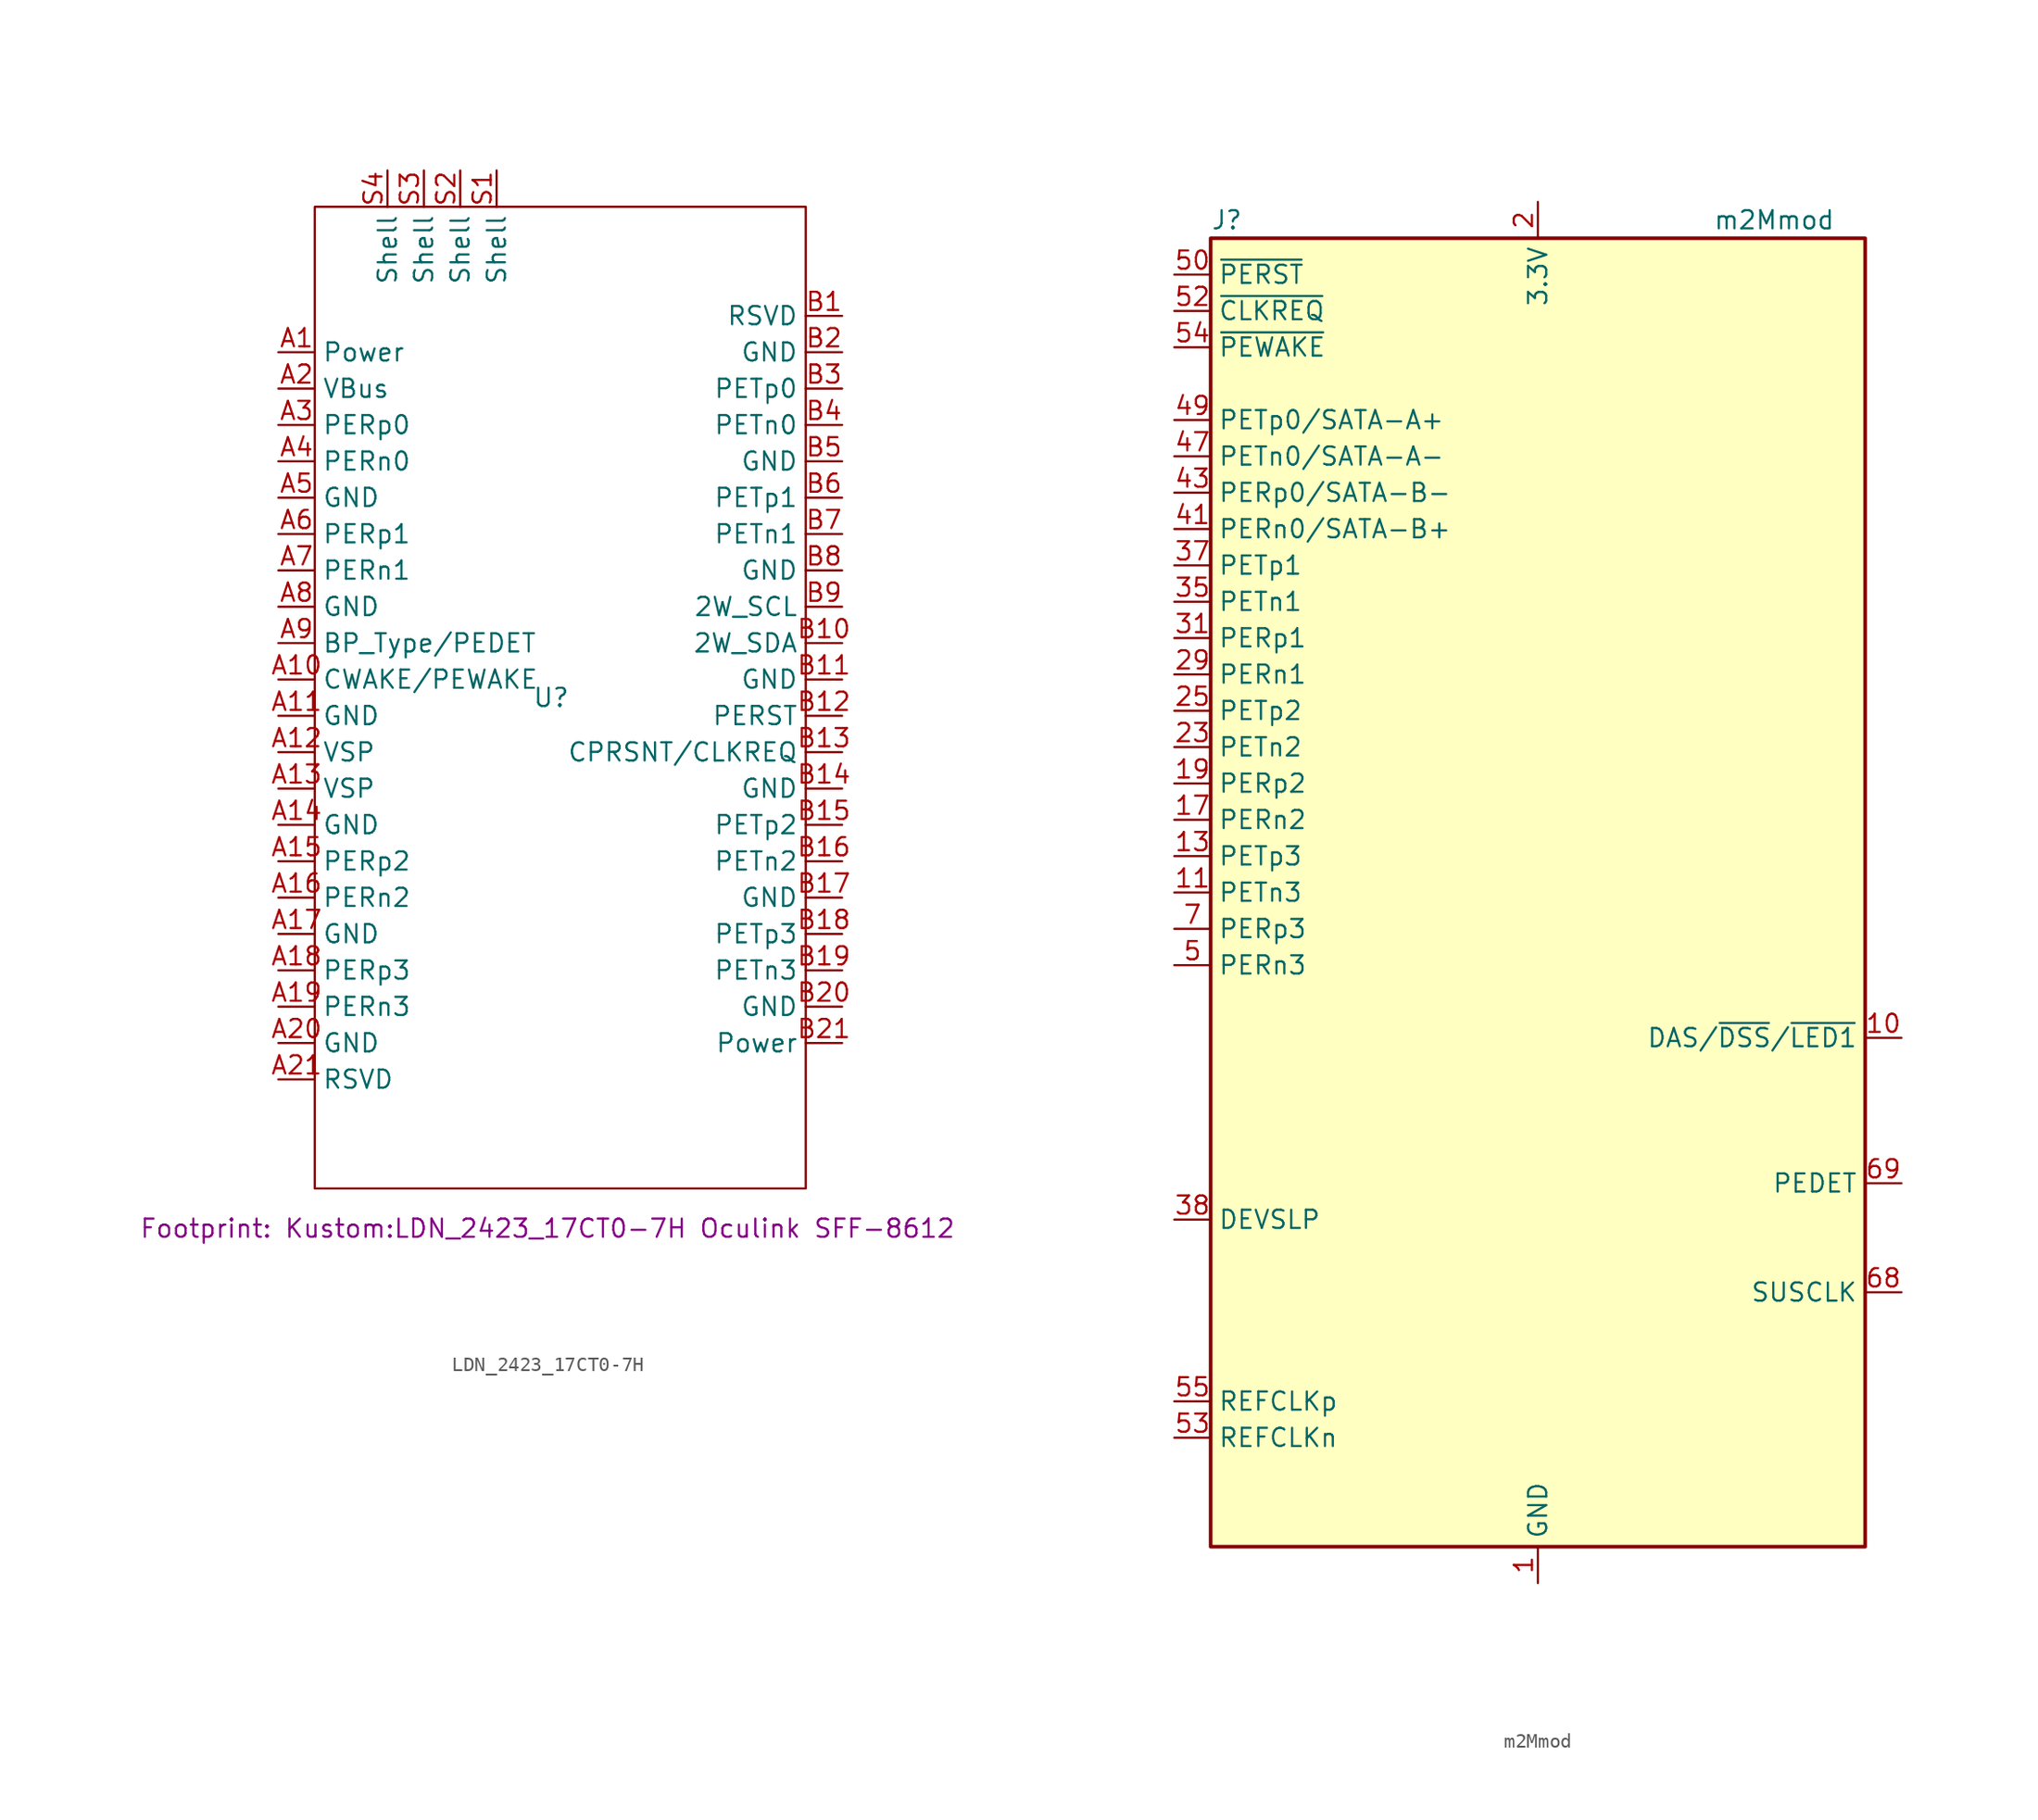
<source format=kicad_sym>
(kicad_symbol_lib
  (version 20241209)
  (generator "kicad_symbol_editor")
  (generator_version "9.0")
  (symbol "LDN_2423_17CT0-7H"
    (property "Reference" "U"
      (at 0 0 0)
      (effects (font (size 1.27 1.27))))
    (property "Value" ""
      (at -7.62 0 0)
      (effects (font (size 1.27 1.27))))
    (property "Footprint" "Kustom:LDN_2423_17CT0-7H Oculink SFF-8612"
      (at -0.254 -37.084 0)
      (show_name)
      (effects (font (size 1.27 1.27))))
    (symbol "LDN_2423_17CT0-7H_0_1"
      (rectangle (start -16.51 34.29) (end 17.78 -34.29) (stroke (width 0) (type default)) (fill (type none))))
    (symbol "LDN_2423_17CT0-7H_1_1"
      (pin passive line (at -19.05 24.13 0) (length 2.54) (name "Power" (effects (font (size 1.27 1.27)))) (number "A1" (effects (font (size 1.27 1.27)))))
      (pin passive line (at -19.05 21.59 0) (length 2.54) (name "VBus" (effects (font (size 1.27 1.27)))) (number "A2" (effects (font (size 1.27 1.27)))))
      (pin passive line (at -19.05 19.05 0) (length 2.54) (name "PERp0" (effects (font (size 1.27 1.27)))) (number "A3" (effects (font (size 1.27 1.27)))))
      (pin passive line (at -19.05 16.51 0) (length 2.54) (name "PERn0" (effects (font (size 1.27 1.27)))) (number "A4" (effects (font (size 1.27 1.27)))))
      (pin passive line (at -19.05 13.97 0) (length 2.54) (name "GND" (effects (font (size 1.27 1.27)))) (number "A5" (effects (font (size 1.27 1.27)))))
      (pin passive line (at -19.05 11.43 0) (length 2.54) (name "PERp1" (effects (font (size 1.27 1.27)))) (number "A6" (effects (font (size 1.27 1.27)))))
      (pin passive line (at -19.05 8.89 0) (length 2.54) (name "PERn1" (effects (font (size 1.27 1.27)))) (number "A7" (effects (font (size 1.27 1.27)))))
      (pin passive line (at -19.05 6.35 0) (length 2.54) (name "GND" (effects (font (size 1.27 1.27)))) (number "A8" (effects (font (size 1.27 1.27)))))
      (pin passive line (at -19.05 3.81 0) (length 2.54) (name "BP_Type/PEDET" (effects (font (size 1.27 1.27)))) (number "A9" (effects (font (size 1.27 1.27)))))
      (pin passive line (at -19.05 1.27 0) (length 2.54) (name "CWAKE/PEWAKE" (effects (font (size 1.27 1.27)))) (number "A10" (effects (font (size 1.27 1.27)))))
      (pin passive line (at -19.05 -1.27 0) (length 2.54) (name "GND" (effects (font (size 1.27 1.27)))) (number "A11" (effects (font (size 1.27 1.27)))))
      (pin passive line (at -19.05 -3.81 0) (length 2.54) (name "VSP" (effects (font (size 1.27 1.27)))) (number "A12" (effects (font (size 1.27 1.27)))))
      (pin passive line (at -19.05 -6.35 0) (length 2.54) (name "VSP" (effects (font (size 1.27 1.27)))) (number "A13" (effects (font (size 1.27 1.27)))))
      (pin passive line (at -19.05 -8.89 0) (length 2.54) (name "GND" (effects (font (size 1.27 1.27)))) (number "A14" (effects (font (size 1.27 1.27)))))
      (pin passive line (at -19.05 -11.43 0) (length 2.54) (name "PERp2" (effects (font (size 1.27 1.27)))) (number "A15" (effects (font (size 1.27 1.27)))))
      (pin passive line (at -19.05 -13.97 0) (length 2.54) (name "PERn2" (effects (font (size 1.27 1.27)))) (number "A16" (effects (font (size 1.27 1.27)))))
      (pin passive line (at -19.05 -16.51 0) (length 2.54) (name "GND" (effects (font (size 1.27 1.27)))) (number "A17" (effects (font (size 1.27 1.27)))))
      (pin passive line (at -19.05 -19.05 0) (length 2.54) (name "PERp3" (effects (font (size 1.27 1.27)))) (number "A18" (effects (font (size 1.27 1.27)))))
      (pin passive line (at -19.05 -21.59 0) (length 2.54) (name "PERn3" (effects (font (size 1.27 1.27)))) (number "A19" (effects (font (size 1.27 1.27)))))
      (pin passive line (at -19.05 -24.13 0) (length 2.54) (name "GND" (effects (font (size 1.27 1.27)))) (number "A20" (effects (font (size 1.27 1.27)))))
      (pin passive line (at -19.05 -26.67 0) (length 2.54) (name "RSVD" (effects (font (size 1.27 1.27)))) (number "A21" (effects (font (size 1.27 1.27)))))
      (pin input line (at -11.43 36.83 270) (length 2.54) (name "Shell" (effects (font (size 1.27 1.27)))) (number "S4" (effects (font (size 1.27 1.27)))))
      (pin input line (at -8.89 36.83 270) (length 2.54) (name "Shell" (effects (font (size 1.27 1.27)))) (number "S3" (effects (font (size 1.27 1.27)))))
      (pin input line (at -6.35 36.83 270) (length 2.54) (name "Shell" (effects (font (size 1.27 1.27)))) (number "S2" (effects (font (size 1.27 1.27)))))
      (pin input line (at -3.81 36.83 270) (length 2.54) (name "Shell" (effects (font (size 1.27 1.27)))) (number "S1" (effects (font (size 1.27 1.27)))))
      (pin passive line (at 20.32 26.67 180) (length 2.54) (name "RSVD" (effects (font (size 1.27 1.27)))) (number "B1" (effects (font (size 1.27 1.27)))))
      (pin passive line (at 20.32 24.13 180) (length 2.54) (name "GND" (effects (font (size 1.27 1.27)))) (number "B2" (effects (font (size 1.27 1.27)))))
      (pin passive line (at 20.32 21.59 180) (length 2.54) (name "PETp0" (effects (font (size 1.27 1.27)))) (number "B3" (effects (font (size 1.27 1.27)))))
      (pin passive line (at 20.32 19.05 180) (length 2.54) (name "PETn0" (effects (font (size 1.27 1.27)))) (number "B4" (effects (font (size 1.27 1.27)))))
      (pin passive line (at 20.32 16.51 180) (length 2.54) (name "GND" (effects (font (size 1.27 1.27)))) (number "B5" (effects (font (size 1.27 1.27)))))
      (pin passive line (at 20.32 13.97 180) (length 2.54) (name "PETp1" (effects (font (size 1.27 1.27)))) (number "B6" (effects (font (size 1.27 1.27)))))
      (pin passive line (at 20.32 11.43 180) (length 2.54) (name "PETn1" (effects (font (size 1.27 1.27)))) (number "B7" (effects (font (size 1.27 1.27)))))
      (pin passive line (at 20.32 8.89 180) (length 2.54) (name "GND" (effects (font (size 1.27 1.27)))) (number "B8" (effects (font (size 1.27 1.27)))))
      (pin passive line (at 20.32 6.35 180) (length 2.54) (name "2W_SCL" (effects (font (size 1.27 1.27)))) (number "B9" (effects (font (size 1.27 1.27)))))
      (pin passive line (at 20.32 3.81 180) (length 2.54) (name "2W_SDA" (effects (font (size 1.27 1.27)))) (number "B10" (effects (font (size 1.27 1.27)))))
      (pin passive line (at 20.32 1.27 180) (length 2.54) (name "GND" (effects (font (size 1.27 1.27)))) (number "B11" (effects (font (size 1.27 1.27)))))
      (pin passive line (at 20.32 -1.27 180) (length 2.54) (name "PERST" (effects (font (size 1.27 1.27)))) (number "B12" (effects (font (size 1.27 1.27)))))
      (pin passive line (at 20.32 -3.81 180) (length 2.54) (name "CPRSNT/CLKREQ" (effects (font (size 1.27 1.27)))) (number "B13" (effects (font (size 1.27 1.27)))))
      (pin passive line (at 20.32 -6.35 180) (length 2.54) (name "GND" (effects (font (size 1.27 1.27)))) (number "B14" (effects (font (size 1.27 1.27)))))
      (pin passive line (at 20.32 -8.89 180) (length 2.54) (name "PETp2" (effects (font (size 1.27 1.27)))) (number "B15" (effects (font (size 1.27 1.27)))))
      (pin passive line (at 20.32 -11.43 180) (length 2.54) (name "PETn2" (effects (font (size 1.27 1.27)))) (number "B16" (effects (font (size 1.27 1.27)))))
      (pin passive line (at 20.32 -13.97 180) (length 2.54) (name "GND" (effects (font (size 1.27 1.27)))) (number "B17" (effects (font (size 1.27 1.27)))))
      (pin passive line (at 20.32 -16.51 180) (length 2.54) (name "PETp3" (effects (font (size 1.27 1.27)))) (number "B18" (effects (font (size 1.27 1.27)))))
      (pin passive line (at 20.32 -19.05 180) (length 2.54) (name "PETn3" (effects (font (size 1.27 1.27)))) (number "B19" (effects (font (size 1.27 1.27)))))
      (pin passive line (at 20.32 -21.59 180) (length 2.54) (name "GND" (effects (font (size 1.27 1.27)))) (number "B20" (effects (font (size 1.27 1.27)))))
      (pin passive line (at 20.32 -24.13 180) (length 2.54) (name "Power" (effects (font (size 1.27 1.27)))) (number "B21" (effects (font (size 1.27 1.27)))))))
  (symbol "m2Mmod"
    (property "Reference" "J"
      (at -22.86 46.99 0)
      (effects (font (size 1.27 1.27)) (justify left)))
    (property "Value" "m2Mmod"
      (at 16.51 46.99 0)
      (effects (font (size 1.27 1.27))))
    (symbol "m2Mmod_0_1"
      (rectangle (start -22.86 45.72) (end 22.86 -45.72) (stroke (width 0.254) (type default)) (fill (type background))))
    (symbol "m2Mmod_1_1"
      (pin output line (at -25.4 43.18 0) (length 2.54) (name "~{PERST}" (effects (font (size 1.27 1.27)))) (number "50" (effects (font (size 1.27 1.27)))))
      (pin bidirectional line (at -25.4 40.64 0) (length 2.54) (name "~{CLKREQ}" (effects (font (size 1.27 1.27)))) (number "52" (effects (font (size 1.27 1.27)))))
      (pin bidirectional line (at -25.4 38.1 0) (length 2.54) (name "~{PEWAKE}" (effects (font (size 1.27 1.27)))) (number "54" (effects (font (size 1.27 1.27)))))
      (pin output line (at -25.4 33.02 0) (length 2.54) (name "PETp0/SATA-A+" (effects (font (size 1.27 1.27)))) (number "49" (effects (font (size 1.27 1.27)))))
      (pin output line (at -25.4 30.48 0) (length 2.54) (name "PETn0/SATA-A-" (effects (font (size 1.27 1.27)))) (number "47" (effects (font (size 1.27 1.27)))))
      (pin input line (at -25.4 27.94 0) (length 2.54) (name "PERp0/SATA-B-" (effects (font (size 1.27 1.27)))) (number "43" (effects (font (size 1.27 1.27)))))
      (pin input line (at -25.4 25.4 0) (length 2.54) (name "PERn0/SATA-B+" (effects (font (size 1.27 1.27)))) (number "41" (effects (font (size 1.27 1.27)))))
      (pin output line (at -25.4 22.86 0) (length 2.54) (name "PETp1" (effects (font (size 1.27 1.27)))) (number "37" (effects (font (size 1.27 1.27)))))
      (pin output line (at -25.4 20.32 0) (length 2.54) (name "PETn1" (effects (font (size 1.27 1.27)))) (number "35" (effects (font (size 1.27 1.27)))))
      (pin input line (at -25.4 17.78 0) (length 2.54) (name "PERp1" (effects (font (size 1.27 1.27)))) (number "31" (effects (font (size 1.27 1.27)))))
      (pin input line (at -25.4 15.24 0) (length 2.54) (name "PERn1" (effects (font (size 1.27 1.27)))) (number "29" (effects (font (size 1.27 1.27)))))
      (pin output line (at -25.4 12.7 0) (length 2.54) (name "PETp2" (effects (font (size 1.27 1.27)))) (number "25" (effects (font (size 1.27 1.27)))))
      (pin output line (at -25.4 10.16 0) (length 2.54) (name "PETn2" (effects (font (size 1.27 1.27)))) (number "23" (effects (font (size 1.27 1.27)))))
      (pin input line (at -25.4 7.62 0) (length 2.54) (name "PERp2" (effects (font (size 1.27 1.27)))) (number "19" (effects (font (size 1.27 1.27)))))
      (pin input line (at -25.4 5.08 0) (length 2.54) (name "PERn2" (effects (font (size 1.27 1.27)))) (number "17" (effects (font (size 1.27 1.27)))))
      (pin output line (at -25.4 2.54 0) (length 2.54) (name "PETp3" (effects (font (size 1.27 1.27)))) (number "13" (effects (font (size 1.27 1.27)))))
      (pin output line (at -25.4 0 0) (length 2.54) (name "PETn3" (effects (font (size 1.27 1.27)))) (number "11" (effects (font (size 1.27 1.27)))))
      (pin input line (at -25.4 -2.54 0) (length 2.54) (name "PERp3" (effects (font (size 1.27 1.27)))) (number "7" (effects (font (size 1.27 1.27)))))
      (pin input line (at -25.4 -5.08 0) (length 2.54) (name "PERn3" (effects (font (size 1.27 1.27)))) (number "5" (effects (font (size 1.27 1.27)))))
      (pin output line (at -25.4 -22.86 0) (length 2.54) (name "DEVSLP" (effects (font (size 1.27 1.27)))) (number "38" (effects (font (size 1.27 1.27)))))
      (pin output line (at -25.4 -35.56 0) (length 2.54) (name "REFCLKp" (effects (font (size 1.27 1.27)))) (number "55" (effects (font (size 1.27 1.27)))))
      (pin output line (at -25.4 -38.1 0) (length 2.54) (name "REFCLKn" (effects (font (size 1.27 1.27)))) (number "53" (effects (font (size 1.27 1.27)))))
      (pin passive line (at 0 48.26 270) (length 2.54) (hide yes) (name "3.3V" (effects (font (size 1.27 1.27)))) (number "12" (effects (font (size 1.27 1.27)))))
      (pin passive line (at 0 48.26 270) (length 2.54) (hide yes) (name "3.3V" (effects (font (size 1.27 1.27)))) (number "14" (effects (font (size 1.27 1.27)))))
      (pin passive line (at 0 48.26 270) (length 2.54) (hide yes) (name "3.3V" (effects (font (size 1.27 1.27)))) (number "16" (effects (font (size 1.27 1.27)))))
      (pin passive line (at 0 48.26 270) (length 2.54) (hide yes) (name "3.3V" (effects (font (size 1.27 1.27)))) (number "18" (effects (font (size 1.27 1.27)))))
      (pin power_in line (at 0 48.26 270) (length 2.54) (name "3.3V" (effects (font (size 1.27 1.27)))) (number "2" (effects (font (size 1.27 1.27)))))
      (pin passive line (at 0 48.26 270) (length 2.54) (hide yes) (name "3.3V" (effects (font (size 1.27 1.27)))) (number "4" (effects (font (size 1.27 1.27)))))
      (pin passive line (at 0 48.26 270) (length 2.54) (hide yes) (name "3.3V" (effects (font (size 1.27 1.27)))) (number "70" (effects (font (size 1.27 1.27)))))
      (pin passive line (at 0 48.26 270) (length 2.54) (hide yes) (name "3.3V" (effects (font (size 1.27 1.27)))) (number "72" (effects (font (size 1.27 1.27)))))
      (pin passive line (at 0 48.26 270) (length 2.54) (hide yes) (name "3.3V" (effects (font (size 1.27 1.27)))) (number "74" (effects (font (size 1.27 1.27)))))
      (pin power_in line (at 0 -48.26 90) (length 2.54) (name "GND" (effects (font (size 1.27 1.27)))) (number "1" (effects (font (size 1.27 1.27)))))
      (pin passive line (at 0 -48.26 90) (length 2.54) (hide yes) (name "GND" (effects (font (size 1.27 1.27)))) (number "15" (effects (font (size 1.27 1.27)))))
      (pin passive line (at 0 -48.26 90) (length 2.54) (hide yes) (name "GND" (effects (font (size 1.27 1.27)))) (number "21" (effects (font (size 1.27 1.27)))))
      (pin passive line (at 0 -48.26 90) (length 2.54) (hide yes) (name "GND" (effects (font (size 1.27 1.27)))) (number "27" (effects (font (size 1.27 1.27)))))
      (pin passive line (at 0 -48.26 90) (length 2.54) (hide yes) (name "GND" (effects (font (size 1.27 1.27)))) (number "3" (effects (font (size 1.27 1.27)))))
      (pin passive line (at 0 -48.26 90) (length 2.54) (hide yes) (name "GND" (effects (font (size 1.27 1.27)))) (number "33" (effects (font (size 1.27 1.27)))))
      (pin passive line (at 0 -48.26 90) (length 2.54) (hide yes) (name "GND" (effects (font (size 1.27 1.27)))) (number "39" (effects (font (size 1.27 1.27)))))
      (pin passive line (at 0 -48.26 90) (length 2.54) (hide yes) (name "GND" (effects (font (size 1.27 1.27)))) (number "45" (effects (font (size 1.27 1.27)))))
      (pin passive line (at 0 -48.26 90) (length 2.54) (hide yes) (name "GND" (effects (font (size 1.27 1.27)))) (number "51" (effects (font (size 1.27 1.27)))))
      (pin passive line (at 0 -48.26 90) (length 2.54) (hide yes) (name "GND" (effects (font (size 1.27 1.27)))) (number "57" (effects (font (size 1.27 1.27)))))
      (pin passive line (at 0 -48.26 90) (length 2.54) (hide yes) (name "GND" (effects (font (size 1.27 1.27)))) (number "71" (effects (font (size 1.27 1.27)))))
      (pin passive line (at 0 -48.26 90) (length 2.54) (hide yes) (name "GND" (effects (font (size 1.27 1.27)))) (number "73" (effects (font (size 1.27 1.27)))))
      (pin passive line (at 0 -48.26 90) (length 2.54) (hide yes) (name "GND" (effects (font (size 1.27 1.27)))) (number "75" (effects (font (size 1.27 1.27)))))
      (pin passive line (at 0 -48.26 90) (length 2.54) (hide yes) (name "GND" (effects (font (size 1.27 1.27)))) (number "9" (effects (font (size 1.27 1.27)))))
      (pin no_connect line (at 22.86 40.64 180) (length 2.54) (hide yes) (name "NC" (effects (font (size 1.27 1.27)))) (number "58" (effects (font (size 1.27 1.27)))))
      (pin no_connect line (at 22.86 38.1 180) (length 2.54) (hide yes) (name "NC" (effects (font (size 1.27 1.27)))) (number "56" (effects (font (size 1.27 1.27)))))
      (pin no_connect line (at 22.86 35.56 180) (length 2.54) (hide yes) (name "NC" (effects (font (size 1.27 1.27)))) (number "48" (effects (font (size 1.27 1.27)))))
      (pin no_connect line (at 22.86 33.02 180) (length 2.54) (hide yes) (name "NC" (effects (font (size 1.27 1.27)))) (number "46" (effects (font (size 1.27 1.27)))))
      (pin no_connect line (at 22.86 30.48 180) (length 2.54) (hide yes) (name "NC" (effects (font (size 1.27 1.27)))) (number "44" (effects (font (size 1.27 1.27)))))
      (pin no_connect line (at 22.86 27.94 180) (length 2.54) (hide yes) (name "NC" (effects (font (size 1.27 1.27)))) (number "42" (effects (font (size 1.27 1.27)))))
      (pin no_connect line (at 22.86 25.4 180) (length 2.54) (hide yes) (name "NC" (effects (font (size 1.27 1.27)))) (number "40" (effects (font (size 1.27 1.27)))))
      (pin no_connect line (at 22.86 22.86 180) (length 2.54) (hide yes) (name "NC" (effects (font (size 1.27 1.27)))) (number "36" (effects (font (size 1.27 1.27)))))
      (pin no_connect line (at 22.86 20.32 180) (length 2.54) (hide yes) (name "NC" (effects (font (size 1.27 1.27)))) (number "34" (effects (font (size 1.27 1.27)))))
      (pin no_connect line (at 22.86 17.78 180) (length 2.54) (hide yes) (name "NC" (effects (font (size 1.27 1.27)))) (number "32" (effects (font (size 1.27 1.27)))))
      (pin no_connect line (at 22.86 15.24 180) (length 2.54) (hide yes) (name "NC" (effects (font (size 1.27 1.27)))) (number "30" (effects (font (size 1.27 1.27)))))
      (pin no_connect line (at 22.86 12.7 180) (length 2.54) (hide yes) (name "NC" (effects (font (size 1.27 1.27)))) (number "28" (effects (font (size 1.27 1.27)))))
      (pin no_connect line (at 22.86 10.16 180) (length 2.54) (hide yes) (name "NC" (effects (font (size 1.27 1.27)))) (number "26" (effects (font (size 1.27 1.27)))))
      (pin no_connect line (at 22.86 7.62 180) (length 2.54) (hide yes) (name "NC" (effects (font (size 1.27 1.27)))) (number "24" (effects (font (size 1.27 1.27)))))
      (pin no_connect line (at 22.86 5.08 180) (length 2.54) (hide yes) (name "NC" (effects (font (size 1.27 1.27)))) (number "22" (effects (font (size 1.27 1.27)))))
      (pin no_connect line (at 22.86 2.54 180) (length 2.54) (hide yes) (name "NC" (effects (font (size 1.27 1.27)))) (number "20" (effects (font (size 1.27 1.27)))))
      (pin no_connect line (at 22.86 0 180) (length 2.54) (hide yes) (name "NC" (effects (font (size 1.27 1.27)))) (number "8" (effects (font (size 1.27 1.27)))))
      (pin no_connect line (at 22.86 -2.54 180) (length 2.54) (hide yes) (name "NC" (effects (font (size 1.27 1.27)))) (number "6" (effects (font (size 1.27 1.27)))))
      (pin no_connect line (at 22.86 -5.08 180) (length 2.54) (hide yes) (name "NC" (effects (font (size 1.27 1.27)))) (number "67" (effects (font (size 1.27 1.27)))))
      (pin bidirectional line (at 25.4 -10.16 180) (length 2.54) (name "DAS/~{DSS}/~{LED1}" (effects (font (size 1.27 1.27)))) (number "10" (effects (font (size 1.27 1.27)))))
      (pin passive line (at 25.4 -20.32 180) (length 2.54) (name "PEDET" (effects (font (size 1.27 1.27)))) (number "69" (effects (font (size 1.27 1.27)))))
      (pin output line (at 25.4 -27.94 180) (length 2.54) (name "SUSCLK" (effects (font (size 1.27 1.27)))) (number "68" (effects (font (size 1.27 1.27))))))))
</source>
